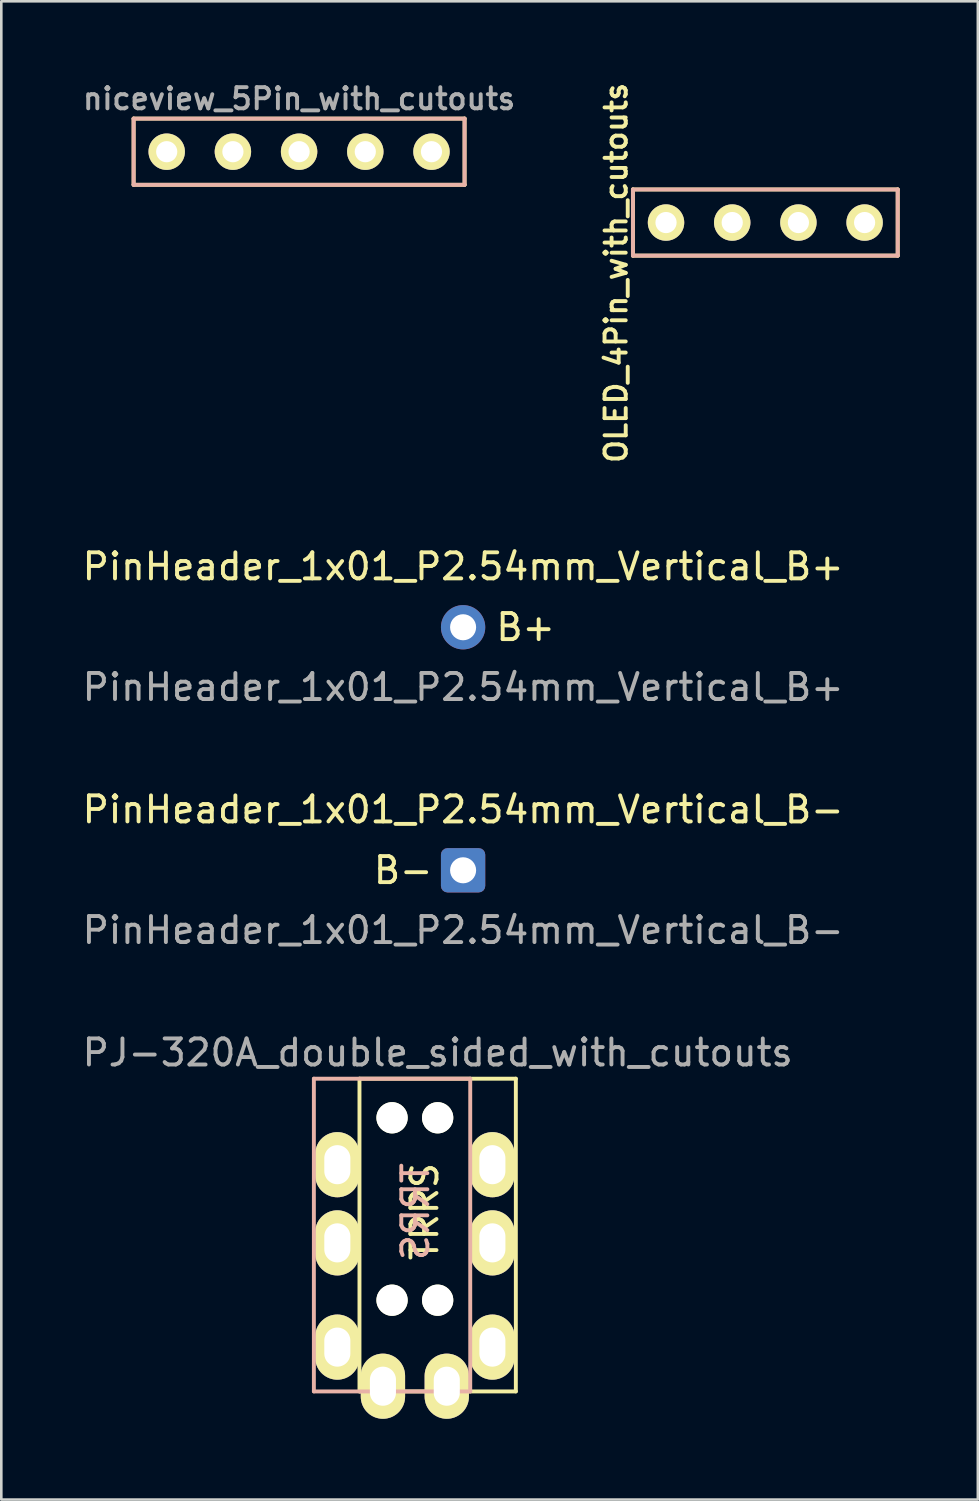
<source format=kicad_pcb>
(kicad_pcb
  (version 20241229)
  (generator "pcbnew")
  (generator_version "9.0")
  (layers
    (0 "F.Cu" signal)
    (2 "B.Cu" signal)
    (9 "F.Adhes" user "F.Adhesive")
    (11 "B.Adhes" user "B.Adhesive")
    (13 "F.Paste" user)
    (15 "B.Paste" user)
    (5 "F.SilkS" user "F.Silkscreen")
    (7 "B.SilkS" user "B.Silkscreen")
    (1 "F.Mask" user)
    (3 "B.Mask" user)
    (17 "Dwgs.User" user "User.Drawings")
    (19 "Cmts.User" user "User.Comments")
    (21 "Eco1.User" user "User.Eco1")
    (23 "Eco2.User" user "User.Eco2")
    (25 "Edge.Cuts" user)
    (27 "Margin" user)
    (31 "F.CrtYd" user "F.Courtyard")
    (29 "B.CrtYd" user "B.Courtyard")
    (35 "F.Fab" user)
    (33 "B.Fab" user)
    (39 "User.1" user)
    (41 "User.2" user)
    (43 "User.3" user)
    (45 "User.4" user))
  (footprint "OLED_4Pin_with_cutouts"
    (layer "F.Cu")
    (at 22.507 5.49)
    (property "Reference" "OLED_4Pin_with_cutouts" (at -1.915 1.93 90) (layer "F.SilkS") (effects (font (size 0.813 0.813) (thickness 0.15))))
    (attr through_hole)
    (fp_line (start -1.27 -1.27) (end 8.89 -1.27) (stroke (width 0.15) (type solid)) (layer "F.SilkS"))
    (fp_line (start -1.27 1.27) (end -1.27 -1.27) (stroke (width 0.15) (type solid)) (layer "F.SilkS"))
    (fp_line (start -1.27 1.27) (end 8.89 1.27) (stroke (width 0.15) (type solid)) (layer "F.SilkS"))
    (fp_line (start 8.89 -1.27) (end 8.89 1.27) (stroke (width 0.15) (type solid)) (layer "F.SilkS"))
    (fp_line (start -1.27 -1.27) (end 8.89 -1.27) (stroke (width 0.15) (type solid)) (layer "B.SilkS"))
    (fp_line (start -1.27 1.27) (end -1.27 -1.27) (stroke (width 0.15) (type solid)) (layer "B.SilkS"))
    (fp_line (start 8.89 -1.27) (end 8.89 1.27) (stroke (width 0.15) (type solid)) (layer "B.SilkS"))
    (fp_line (start 8.89 1.27) (end -1.27 1.27) (stroke (width 0.15) (type solid)) (layer "B.SilkS"))
    (fp_circle (center 0 0) (end 0.7 0) (stroke (width 0.15) (type default)) (fill no) (layer "User.5"))
    (fp_circle (center 2.54 0) (end 3.24 0) (stroke (width 0.15) (type default)) (fill no) (layer "User.5"))
    (fp_circle (center 5.08 0) (end 5.78 0) (stroke (width 0.15) (type default)) (fill no) (layer "User.5"))
    (fp_circle (center 7.62 0) (end 8.32 0) (stroke (width 0.15) (type default)) (fill no) (layer "User.5"))
    (pad "1" thru_hole circle (at 0 0) (size 1.397 1.397) (drill 0.813) (layers "*.Cu" "*.Mask" "F.SilkS"))
    (pad "2" thru_hole circle (at 2.54 0) (size 1.397 1.397) (drill 0.813) (layers "*.Cu" "*.Mask" "F.SilkS"))
    (pad "3" thru_hole circle (at 5.08 0) (size 1.397 1.397) (drill 0.813) (layers "*.Cu" "*.Mask" "F.SilkS"))
    (pad "4" thru_hole circle (at 7.62 0) (size 1.397 1.397) (drill 0.813) (layers "*.Cu" "*.Mask" "F.SilkS")))
  (footprint "niceview_5Pin_with_cutouts"
    (layer "F.Cu")
    (at 3.347 2.771)
    (property "Reference" "niceview_5Pin_with_cutouts" (at 5.08 -2.032 180) (layer "F.Fab") (effects (font (size 0.813 0.813) (thickness 0.15))))
    (attr through_hole)
    (fp_line (start -1.27 -1.27) (end 11.43 -1.27) (stroke (width 0.15) (type solid)) (layer "F.SilkS"))
    (fp_line (start -1.27 1.27) (end -1.27 -1.27) (stroke (width 0.15) (type solid)) (layer "F.SilkS"))
    (fp_line (start -1.27 1.27) (end 11.43 1.27) (stroke (width 0.15) (type solid)) (layer "F.SilkS"))
    (fp_line (start 11.43 -1.27) (end 11.43 1.27) (stroke (width 0.15) (type solid)) (layer "F.SilkS"))
    (fp_line (start -1.27 -1.27) (end 11.43 -1.27) (stroke (width 0.15) (type solid)) (layer "B.SilkS"))
    (fp_line (start -1.27 1.27) (end -1.27 -1.27) (stroke (width 0.15) (type solid)) (layer "B.SilkS"))
    (fp_line (start 11.43 -1.27) (end 11.43 1.27) (stroke (width 0.15) (type solid)) (layer "B.SilkS"))
    (fp_line (start 11.43 1.27) (end -1.27 1.27) (stroke (width 0.15) (type solid)) (layer "B.SilkS"))
    (fp_circle (center 0 0.002) (end 0.7 0.002) (stroke (width 0.15) (type default)) (fill no) (layer "User.5"))
    (fp_circle (center 2.54 0.002) (end 3.24 0.002) (stroke (width 0.15) (type default)) (fill no) (layer "User.5"))
    (fp_circle (center 5.08 0.002) (end 5.78 0.002) (stroke (width 0.15) (type default)) (fill no) (layer "User.5"))
    (fp_circle (center 7.62 0.002) (end 8.32 0.002) (stroke (width 0.15) (type default)) (fill no) (layer "User.5"))
    (fp_circle (center 10.159 0) (end 10.858 0) (stroke (width 0.15) (type default)) (fill no) (layer "User.5"))
    (pad "1" thru_hole circle (at 0 0) (size 1.397 1.397) (drill 0.813) (layers "*.Cu" "*.Mask" "F.SilkS"))
    (pad "2" thru_hole circle (at 2.54 0) (size 1.397 1.397) (drill 0.813) (layers "*.Cu" "*.Mask" "F.SilkS"))
    (pad "3" thru_hole circle (at 5.08 0) (size 1.397 1.397) (drill 0.813) (layers "*.Cu" "*.Mask" "F.SilkS"))
    (pad "4" thru_hole circle (at 7.62 0) (size 1.397 1.397) (drill 0.813) (layers "*.Cu" "*.Mask" "F.SilkS"))
    (pad "5" thru_hole circle (at 10.16 0) (size 1.397 1.397) (drill 0.813) (layers "*.Cu" "*.Mask" "F.SilkS")))
  (footprint "PJ-320A_double_sided_with_cutouts"
    (layer "F.Cu")
    (at 13.744 38.342)
    (property "Reference" "PJ-320A_double_sided_with_cutouts" (at 0 -1 0) (layer "F.Fab") (effects (font (size 1 1) (thickness 0.15))))
    (attr through_hole)
    (fp_line (start -3 0) (end 3 0) (stroke (width 0.15) (type solid)) (layer "F.SilkS"))
    (fp_line (start -3 12) (end -3 0) (stroke (width 0.15) (type solid)) (layer "F.SilkS"))
    (fp_line (start 3 0) (end 3 12) (stroke (width 0.15) (type solid)) (layer "F.SilkS"))
    (fp_line (start 3 12) (end -3 12) (stroke (width 0.15) (type solid)) (layer "F.SilkS"))
    (fp_line (start -4.75 0) (end 1.25 0) (stroke (width 0.15) (type solid)) (layer "B.SilkS"))
    (fp_line (start -4.75 12) (end -4.75 0) (stroke (width 0.15) (type solid)) (layer "B.SilkS"))
    (fp_line (start 1.25 0) (end 1.25 12) (stroke (width 0.15) (type solid)) (layer "B.SilkS"))
    (fp_line (start 1.25 12) (end -4.75 12) (stroke (width 0.15) (type solid)) (layer "B.SilkS"))
    (fp_line (start -3 12.2) (end -3 11.4) (stroke (width 0.1) (type default)) (layer "User.6"))
    (fp_line (start -1.2 12.2) (end -1.2 11.4) (stroke (width 0.1) (type default)) (layer "User.6"))
    (fp_line (start 1.2 3.7) (end 1.2 2.9) (stroke (width 0.1) (type default)) (layer "User.6"))
    (fp_line (start 1.2 6.7) (end 1.2 5.9) (stroke (width 0.1) (type default)) (layer "User.6"))
    (fp_line (start 1.2 10.7) (end 1.2 9.9) (stroke (width 0.1) (type default)) (layer "User.6"))
    (fp_line (start 3 3.7) (end 3 2.9) (stroke (width 0.1) (type default)) (layer "User.6"))
    (fp_line (start 3 6.7) (end 3 5.9) (stroke (width 0.1) (type default)) (layer "User.6"))
    (fp_line (start 3 10.7) (end 3 9.9) (stroke (width 0.1) (type default)) (layer "User.6"))
    (fp_arc (start -3 11.4) (mid -2.1 10.5) (end -1.2 11.4) (stroke (width 0.1) (type default)) (layer "User.6"))
    (fp_arc (start -1.2 12.2) (mid -2.1 13.1) (end -3 12.2) (stroke (width 0.1) (type default)) (layer "User.6"))
    (fp_arc (start 1.2 2.9) (mid 2.1 2) (end 3 2.9) (stroke (width 0.1) (type default)) (layer "User.6"))
    (fp_arc (start 1.2 5.9) (mid 2.1 5) (end 3 5.9) (stroke (width 0.1) (type default)) (layer "User.6"))
    (fp_arc (start 1.2 9.9) (mid 2.1 9) (end 3 9.9) (stroke (width 0.1) (type default)) (layer "User.6"))
    (fp_arc (start 3 3.7) (mid 2.1 4.6) (end 1.2 3.7) (stroke (width 0.1) (type default)) (layer "User.6"))
    (fp_arc (start 3 6.7) (mid 2.1 7.6) (end 1.2 6.7) (stroke (width 0.1) (type default)) (layer "User.6"))
    (fp_arc (start 3 10.7) (mid 2.1 11.6) (end 1.2 10.7) (stroke (width 0.1) (type default)) (layer "User.6"))
    (fp_line (start -4.75 3.7) (end -4.75 2.9) (stroke (width 0.1) (type default)) (layer "User.7"))
    (fp_line (start -4.75 6.7) (end -4.75 5.9) (stroke (width 0.1) (type default)) (layer "User.7"))
    (fp_line (start -4.75 10.7) (end -4.75 9.9) (stroke (width 0.1) (type default)) (layer "User.7"))
    (fp_line (start -2.95 3.7) (end -2.95 2.9) (stroke (width 0.1) (type default)) (layer "User.7"))
    (fp_line (start -2.95 6.7) (end -2.95 5.9) (stroke (width 0.1) (type default)) (layer "User.7"))
    (fp_line (start -2.95 10.7) (end -2.95 9.9) (stroke (width 0.1) (type default)) (layer "User.7"))
    (fp_line (start -0.55 12.2) (end -0.55 11.4) (stroke (width 0.1) (type default)) (layer "User.7"))
    (fp_line (start 1.25 12.2) (end 1.25 11.4) (stroke (width 0.1) (type default)) (layer "User.7"))
    (fp_arc (start -4.75 2.9) (mid -3.85 2) (end -2.95 2.9) (stroke (width 0.1) (type default)) (layer "User.7"))
    (fp_arc (start -4.75 5.9) (mid -3.85 5) (end -2.95 5.9) (stroke (width 0.1) (type default)) (layer "User.7"))
    (fp_arc (start -4.75 9.9) (mid -3.85 9) (end -2.95 9.9) (stroke (width 0.1) (type default)) (layer "User.7"))
    (fp_arc (start -2.95 3.7) (mid -3.85 4.6) (end -4.75 3.7) (stroke (width 0.1) (type default)) (layer "User.7"))
    (fp_arc (start -2.95 6.7) (mid -3.85 7.6) (end -4.75 6.7) (stroke (width 0.1) (type default)) (layer "User.7"))
    (fp_arc (start -2.95 10.7) (mid -3.85 11.6) (end -4.75 10.7) (stroke (width 0.1) (type default)) (layer "User.7"))
    (fp_arc (start -0.55 11.4) (mid 0.35 10.5) (end 1.25 11.4) (stroke (width 0.1) (type default)) (layer "User.7"))
    (fp_arc (start 1.25 12.2) (mid 0.35 13.1) (end -0.55 12.2) (stroke (width 0.1) (type default)) (layer "User.7"))
    (fp_text user "TRRS" (at -0.5 5.1 90) (layer "F.SilkS") (effects (font (size 1 1) (thickness 0.15))))
    (fp_text user "TRRS" (at -0.85 5.1 90) (layer "B.SilkS") (effects (font (size 1 1) (thickness 0.15)) (justify mirror)))
    (pad "" np_thru_hole circle (at -1.75 1.5) (size 1.2 1.2) (drill 1.2) (layers "*.Cu" "*.Mask" "F.SilkS"))
    (pad "" np_thru_hole circle (at -1.75 8.5) (size 1.2 1.2) (drill 1.2) (layers "*.Cu" "*.Mask" "F.SilkS"))
    (pad "" np_thru_hole circle (at 0 1.5) (size 1.2 1.2) (drill 1.2) (layers "*.Cu" "*.Mask" "F.SilkS"))
    (pad "" np_thru_hole circle (at 0 8.5) (size 1.2 1.2) (drill 1.2) (layers "*.Cu" "*.Mask" "F.SilkS"))
    (pad "1" thru_hole oval (at -3.85 10.3) (size 1.7 2.5) (drill oval 1 1.5) (layers "*.Cu" "*.Mask" "F.SilkS"))
    (pad "1" thru_hole oval (at 2.1 10.3) (size 1.7 2.5) (drill oval 1 1.5) (layers "*.Cu" "*.Mask" "F.SilkS"))
    (pad "2" thru_hole oval (at -3.85 6.3) (size 1.7 2.5) (drill oval 1 1.5) (layers "*.Cu" "*.Mask" "F.SilkS"))
    (pad "2" thru_hole oval (at 2.1 6.3) (size 1.7 2.5) (drill oval 1 1.5) (layers "*.Cu" "*.Mask" "F.SilkS"))
    (pad "3" thru_hole oval (at -3.85 3.3) (size 1.7 2.5) (drill oval 1 1.5) (layers "*.Cu" "*.Mask" "F.SilkS"))
    (pad "3" thru_hole oval (at 2.1 3.3) (size 1.7 2.5) (drill oval 1 1.5) (layers "*.Cu" "*.Mask" "F.SilkS"))
    (pad "4" thru_hole oval (at -2.1 11.8) (size 1.7 2.5) (drill oval 1 1.5) (layers "*.Cu" "*.Mask" "F.SilkS"))
    (pad "4" thru_hole oval (at 0.35 11.8) (size 1.7 2.5) (drill oval 1 1.5) (layers "*.Cu" "*.Mask" "F.SilkS")))
  (footprint "PinHeader_1x01_P2.54mm_Vertical_B+"
    (layer "F.Cu")
    (at 14.72 21.019)
    (property "Reference" "PinHeader_1x01_P2.54mm_Vertical_B+" (at 0 -2.33 0) (layer "F.SilkS") (effects (font (size 1 1) (thickness 0.15))))
    (property "Value_B" "B+" (at 2.4 0 0) (layer "F.SilkS") (effects (font (size 1 1) (thickness 0.15))))
    (attr through_hole)
    (fp_circle (center 0 0) (end 0.9 0) (stroke (width 0.15) (type default)) (fill no) (layer "User.5"))
    (fp_text user "${REFERENCE}" (at 0 2.3 180) (layer "F.Fab") (effects (font (size 1 1) (thickness 0.15))))
    (pad "1" thru_hole circle (at 0 0) (size 1.7 1.7) (drill 1) (layers "*.Cu" "*.Mask")))
  (footprint "PinHeader_1x01_P2.54mm_Vertical_B-"
    (layer "F.Cu")
    (at 14.72 30.345)
    (property "Reference" "PinHeader_1x01_P2.54mm_Vertical_B-" (at 0 -2.33 0) (layer "F.SilkS") (effects (font (size 1 1) (thickness 0.15))))
    (property "Value_B" "B-" (at -2.3 0 0) (layer "F.SilkS") (effects (font (size 1 1) (thickness 0.15))))
    (attr through_hole)
    (fp_line (start -0.9 0.65) (end -0.9 -0.65) (stroke (width 0.15) (type default)) (layer "User.5"))
    (fp_line (start -0.65 -0.9) (end 0.65 -0.9) (stroke (width 0.15) (type default)) (layer "User.5"))
    (fp_line (start 0.65 0.9) (end -0.65 0.9) (stroke (width 0.15) (type default)) (layer "User.5"))
    (fp_line (start 0.9 -0.65) (end 0.9 0.65) (stroke (width 0.15) (type default)) (layer "User.5"))
    (fp_arc (start -0.9 -0.65) (mid -0.826777 -0.826777) (end -0.65 -0.9) (stroke (width 0.15) (type default)) (layer "User.5"))
    (fp_arc (start -0.65 0.9) (mid -0.826777 0.826777) (end -0.9 0.65) (stroke (width 0.15) (type default)) (layer "User.5"))
    (fp_arc (start 0.65 -0.9) (mid 0.826777 -0.826777) (end 0.9 -0.65) (stroke (width 0.15) (type default)) (layer "User.5"))
    (fp_arc (start 0.9 0.65) (mid 0.826777 0.826777) (end 0.65 0.9) (stroke (width 0.15) (type default)) (layer "User.5"))
    (fp_text user "${REFERENCE}" (at 0 2.3 180) (layer "F.Fab") (effects (font (size 1 1) (thickness 0.15))))
    (pad "1" thru_hole roundrect (at 0 0) (size 1.7 1.7) (drill 1) (layers "*.Cu" "*.Mask") (roundrect_rratio 0.147)))
  (gr_rect
    (start -3 -3)
    (end 34.472 54.492)
    (stroke (width 0.1) (type default))
    (fill no)
    (layer "Edge.Cuts")))
</source>
